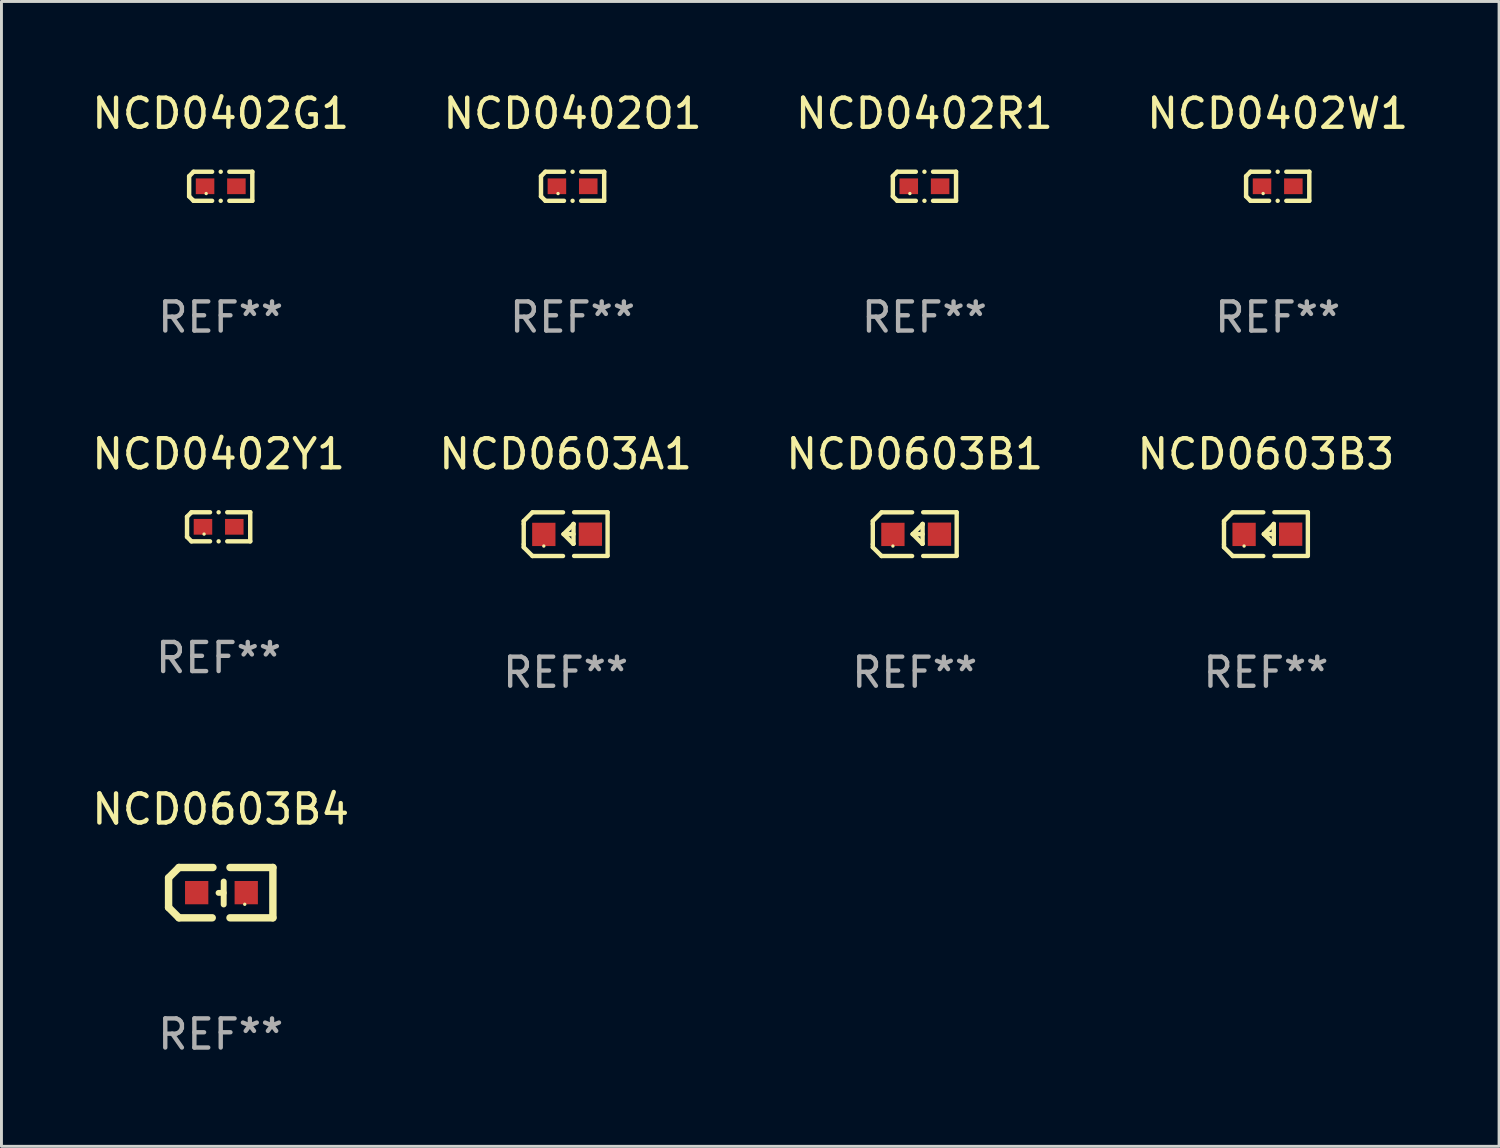
<source format=kicad_pcb>
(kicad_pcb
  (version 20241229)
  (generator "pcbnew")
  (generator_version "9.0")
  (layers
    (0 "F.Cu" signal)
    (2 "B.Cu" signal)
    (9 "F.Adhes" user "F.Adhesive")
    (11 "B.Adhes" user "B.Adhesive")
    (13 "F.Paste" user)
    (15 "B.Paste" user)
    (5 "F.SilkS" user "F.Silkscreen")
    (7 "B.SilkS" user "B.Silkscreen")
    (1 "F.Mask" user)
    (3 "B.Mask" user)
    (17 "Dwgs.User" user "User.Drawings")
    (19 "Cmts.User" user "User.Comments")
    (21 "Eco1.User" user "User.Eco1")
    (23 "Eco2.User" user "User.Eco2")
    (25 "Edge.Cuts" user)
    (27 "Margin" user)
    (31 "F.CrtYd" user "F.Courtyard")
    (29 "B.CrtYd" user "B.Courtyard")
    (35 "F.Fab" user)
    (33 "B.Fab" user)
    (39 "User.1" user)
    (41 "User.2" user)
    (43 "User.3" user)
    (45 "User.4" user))
  (footprint "NCD0402W1"
    (layer "F.Cu")
    (at 40.827 3.347)
    (property "Reference" "NCD0402W1" (at 0 -2.499 0) (layer "F.SilkS") (effects (font (size 1 1) (thickness 0.15))))
    (attr through_hole)
    (fp_line (start -1.085 -0.346) (end -0.933 -0.499) (stroke (width 0.152) (type solid)) (layer "F.SilkS"))
    (fp_line (start -1.085 0.346) (end -1.085 -0.346) (stroke (width 0.152) (type solid)) (layer "F.SilkS"))
    (fp_line (start -0.933 -0.499) (end -0.296 -0.499) (stroke (width 0.152) (type solid)) (layer "F.SilkS"))
    (fp_line (start -0.933 0.499) (end -1.085 0.346) (stroke (width 0.152) (type solid)) (layer "F.SilkS"))
    (fp_line (start -0.296 0.499) (end -0.933 0.499) (stroke (width 0.152) (type solid)) (layer "F.SilkS"))
    (fp_line (start 0.296 0.499) (end 1.085 0.499) (stroke (width 0.152) (type solid)) (layer "F.SilkS"))
    (fp_line (start 1.085 -0.499) (end 0.296 -0.499) (stroke (width 0.152) (type solid)) (layer "F.SilkS"))
    (fp_line (start 1.085 0.499) (end 1.085 -0.499) (stroke (width 0.152) (type solid)) (layer "F.SilkS"))
    (fp_circle (center -0.5 0.25) (end -0.47 0.25) (stroke (width 0.06) (type solid)) (fill no) (layer "F.SilkS"))
    (fp_circle (center 0 -0.499) (end 0.038 -0.499) (stroke (width 0.076) (type solid)) (fill no) (layer "F.SilkS"))
    (fp_circle (center 0 0.499) (end 0.038 0.499) (stroke (width 0.076) (type solid)) (fill no) (layer "F.SilkS"))
    (fp_text user "REF**" (at 0 4.499 0) (layer "F.Fab") (effects (font (size 1 1) (thickness 0.15))))
    (pad "1" smd rect (at -0.538 0) (size 0.636 0.54) (layers "F.Cu" "F.Mask" "F.Paste"))
    (pad "2" smd rect (at 0.538 0) (size 0.636 0.54) (layers "F.Cu" "F.Mask" "F.Paste")))
  (footprint "NCD0402O1"
    (layer "F.Cu")
    (at 16.613 3.347)
    (property "Reference" "NCD0402O1" (at 0 -2.499 0) (layer "F.SilkS") (effects (font (size 1 1) (thickness 0.15))))
    (attr through_hole)
    (fp_line (start -1.085 -0.346) (end -0.933 -0.499) (stroke (width 0.152) (type solid)) (layer "F.SilkS"))
    (fp_line (start -1.085 0.346) (end -1.085 -0.346) (stroke (width 0.152) (type solid)) (layer "F.SilkS"))
    (fp_line (start -0.933 -0.499) (end -0.296 -0.499) (stroke (width 0.152) (type solid)) (layer "F.SilkS"))
    (fp_line (start -0.933 0.499) (end -1.085 0.346) (stroke (width 0.152) (type solid)) (layer "F.SilkS"))
    (fp_line (start -0.296 0.499) (end -0.933 0.499) (stroke (width 0.152) (type solid)) (layer "F.SilkS"))
    (fp_line (start 0.296 0.499) (end 1.085 0.499) (stroke (width 0.152) (type solid)) (layer "F.SilkS"))
    (fp_line (start 1.085 -0.499) (end 0.296 -0.499) (stroke (width 0.152) (type solid)) (layer "F.SilkS"))
    (fp_line (start 1.085 0.499) (end 1.085 -0.499) (stroke (width 0.152) (type solid)) (layer "F.SilkS"))
    (fp_circle (center -0.5 0.25) (end -0.47 0.25) (stroke (width 0.06) (type solid)) (fill no) (layer "F.SilkS"))
    (fp_circle (center 0 -0.499) (end 0.038 -0.499) (stroke (width 0.076) (type solid)) (fill no) (layer "F.SilkS"))
    (fp_circle (center 0 0.499) (end 0.038 0.499) (stroke (width 0.076) (type solid)) (fill no) (layer "F.SilkS"))
    (fp_text user "REF**" (at 0 4.499 0) (layer "F.Fab") (effects (font (size 1 1) (thickness 0.15))))
    (pad "1" smd rect (at -0.538 0) (size 0.636 0.54) (layers "F.Cu" "F.Mask" "F.Paste"))
    (pad "2" smd rect (at 0.538 0) (size 0.636 0.54) (layers "F.Cu" "F.Mask" "F.Paste")))
  (footprint "NCD0603B4"
    (layer "F.Cu")
    (at 4.53 27.604)
    (property "Reference" "NCD0603B4" (at 0 -2.864 0) (layer "F.SilkS") (effects (font (size 1 1) (thickness 0.15))))
    (attr through_hole)
    (fp_line (start -1.791 -0.508) (end -1.435 -0.864) (stroke (width 0.254) (type solid)) (layer "F.SilkS"))
    (fp_line (start -1.791 0.508) (end -1.791 -0.508) (stroke (width 0.254) (type solid)) (layer "F.SilkS"))
    (fp_line (start -1.435 0.864) (end -1.791 0.508) (stroke (width 0.254) (type solid)) (layer "F.SilkS"))
    (fp_line (start -0.292 0.864) (end -1.435 0.864) (stroke (width 0.254) (type solid)) (layer "F.SilkS"))
    (fp_line (start -0.267 -0.864) (end -1.435 -0.864) (stroke (width 0.254) (type solid)) (layer "F.SilkS"))
    (fp_line (start 0.102 0.008) (end -0.074 0.008) (stroke (width 0.203) (type solid)) (layer "F.SilkS"))
    (fp_line (start 0.102 0.406) (end 0.102 -0.381) (stroke (width 0.203) (type solid)) (layer "F.SilkS"))
    (fp_line (start 1.791 -0.864) (end 0.318 -0.864) (stroke (width 0.254) (type solid)) (layer "F.SilkS"))
    (fp_line (start 1.791 0.864) (end 0.318 0.864) (stroke (width 0.254) (type solid)) (layer "F.SilkS"))
    (fp_line (start 1.791 0.864) (end 1.791 -0.864) (stroke (width 0.254) (type solid)) (layer "F.SilkS"))
    (fp_circle (center 0.825 0.4) (end 0.855 0.4) (stroke (width 0.06) (type solid)) (fill no) (layer "F.SilkS"))
    (fp_text user "REF**" (at 0 4.864 0) (layer "F.Fab") (effects (font (size 1 1) (thickness 0.15))))
    (pad "1" smd rect (at 0.876 0 90) (size 0.8 0.8) (layers "F.Cu" "F.Mask" "F.Paste"))
    (pad "2" smd rect (at -0.826 0 90) (size 0.8 0.8) (layers "F.Cu" "F.Mask" "F.Paste")))
  (footprint "NCD0603A1"
    (layer "F.Cu")
    (at 16.375 15.293)
    (property "Reference" "NCD0603A1" (at 0 -2.751 0) (layer "F.SilkS") (effects (font (size 1 1) (thickness 0.15))))
    (attr through_hole)
    (fp_line (start -1.44 -0.449) (end -1.14 -0.749) (stroke (width 0.15) (type solid)) (layer "F.SilkS"))
    (fp_line (start -1.44 -0.349) (end -1.44 -0.449) (stroke (width 0.15) (type solid)) (layer "F.SilkS"))
    (fp_line (start -1.44 -0.349) (end -1.44 0.351) (stroke (width 0.15) (type solid)) (layer "F.SilkS"))
    (fp_line (start -1.44 0.351) (end -1.44 0.451) (stroke (width 0.15) (type solid)) (layer "F.SilkS"))
    (fp_line (start -1.44 0.451) (end -1.14 0.751) (stroke (width 0.15) (type solid)) (layer "F.SilkS"))
    (fp_line (start -0.09 -0.749) (end -1.14 -0.749) (stroke (width 0.15) (type solid)) (layer "F.SilkS"))
    (fp_line (start -0.09 0.751) (end -1.14 0.751) (stroke (width 0.15) (type solid)) (layer "F.SilkS"))
    (fp_line (start 0.26 0.329) (end -0.07 -0.001) (stroke (width 0.15) (type solid)) (layer "F.SilkS"))
    (fp_line (start 0.27 -0.351) (end 0.27 -0.341) (stroke (width 0.15) (type solid)) (layer "F.SilkS"))
    (fp_line (start 0.27 -0.351) (end 0.27 0.329) (stroke (width 0.15) (type solid)) (layer "F.SilkS"))
    (fp_line (start 0.27 -0.341) (end -0.07 -0.001) (stroke (width 0.15) (type solid)) (layer "F.SilkS"))
    (fp_line (start 0.27 -0.001) (end -0.07 -0.001) (stroke (width 0.15) (type solid)) (layer "F.SilkS"))
    (fp_line (start 0.27 0.329) (end 0.26 0.329) (stroke (width 0.15) (type solid)) (layer "F.SilkS"))
    (fp_line (start 0.29 -0.751) (end 1.44 -0.751) (stroke (width 0.15) (type solid)) (layer "F.SilkS"))
    (fp_line (start 0.29 0.749) (end 1.44 0.749) (stroke (width 0.15) (type solid)) (layer "F.SilkS"))
    (fp_line (start 1.44 -0.751) (end 1.44 0.729) (stroke (width 0.15) (type solid)) (layer "F.SilkS"))
    (fp_circle (center -0.75 0.409) (end -0.72 0.409) (stroke (width 0.06) (type solid)) (fill no) (layer "F.SilkS"))
    (fp_text user "REF**" (at 0 4.751 0) (layer "F.Fab") (effects (font (size 1 1) (thickness 0.15))))
    (pad "1" smd rect (at -0.75 0.009 90) (size 0.8 0.8) (layers "F.Cu" "F.Mask" "F.Paste"))
    (pad "2" smd rect (at 0.849 0.002 90) (size 0.8 0.8) (layers "F.Cu" "F.Mask" "F.Paste")))
  (footprint "NCD0402Y1"
    (layer "F.Cu")
    (at 4.458 15.041)
    (property "Reference" "NCD0402Y1" (at 0 -2.499 0) (layer "F.SilkS") (effects (font (size 1 1) (thickness 0.15))))
    (attr through_hole)
    (fp_line (start -1.085 -0.346) (end -0.933 -0.499) (stroke (width 0.152) (type solid)) (layer "F.SilkS"))
    (fp_line (start -1.085 0.346) (end -1.085 -0.346) (stroke (width 0.152) (type solid)) (layer "F.SilkS"))
    (fp_line (start -0.933 -0.499) (end -0.296 -0.499) (stroke (width 0.152) (type solid)) (layer "F.SilkS"))
    (fp_line (start -0.933 0.499) (end -1.085 0.346) (stroke (width 0.152) (type solid)) (layer "F.SilkS"))
    (fp_line (start -0.296 0.499) (end -0.933 0.499) (stroke (width 0.152) (type solid)) (layer "F.SilkS"))
    (fp_line (start 0.296 0.499) (end 1.085 0.499) (stroke (width 0.152) (type solid)) (layer "F.SilkS"))
    (fp_line (start 1.085 -0.499) (end 0.296 -0.499) (stroke (width 0.152) (type solid)) (layer "F.SilkS"))
    (fp_line (start 1.085 0.499) (end 1.085 -0.499) (stroke (width 0.152) (type solid)) (layer "F.SilkS"))
    (fp_circle (center -0.5 0.25) (end -0.47 0.25) (stroke (width 0.06) (type solid)) (fill no) (layer "F.SilkS"))
    (fp_circle (center 0 -0.499) (end 0.038 -0.499) (stroke (width 0.076) (type solid)) (fill no) (layer "F.SilkS"))
    (fp_circle (center 0 0.499) (end 0.038 0.499) (stroke (width 0.076) (type solid)) (fill no) (layer "F.SilkS"))
    (fp_text user "REF**" (at 0 4.499 0) (layer "F.Fab") (effects (font (size 1 1) (thickness 0.15))))
    (pad "1" smd rect (at -0.538 0) (size 0.636 0.54) (layers "F.Cu" "F.Mask" "F.Paste"))
    (pad "2" smd rect (at 0.538 0) (size 0.636 0.54) (layers "F.Cu" "F.Mask" "F.Paste")))
  (footprint "NCD0402R1"
    (layer "F.Cu")
    (at 28.696 3.347)
    (property "Reference" "NCD0402R1" (at 0 -2.499 0) (layer "F.SilkS") (effects (font (size 1 1) (thickness 0.15))))
    (attr through_hole)
    (fp_line (start -1.085 -0.346) (end -0.933 -0.499) (stroke (width 0.152) (type solid)) (layer "F.SilkS"))
    (fp_line (start -1.085 0.346) (end -1.085 -0.346) (stroke (width 0.152) (type solid)) (layer "F.SilkS"))
    (fp_line (start -0.933 -0.499) (end -0.296 -0.499) (stroke (width 0.152) (type solid)) (layer "F.SilkS"))
    (fp_line (start -0.933 0.499) (end -1.085 0.346) (stroke (width 0.152) (type solid)) (layer "F.SilkS"))
    (fp_line (start -0.296 0.499) (end -0.933 0.499) (stroke (width 0.152) (type solid)) (layer "F.SilkS"))
    (fp_line (start 0.296 0.499) (end 1.085 0.499) (stroke (width 0.152) (type solid)) (layer "F.SilkS"))
    (fp_line (start 1.085 -0.499) (end 0.296 -0.499) (stroke (width 0.152) (type solid)) (layer "F.SilkS"))
    (fp_line (start 1.085 0.499) (end 1.085 -0.499) (stroke (width 0.152) (type solid)) (layer "F.SilkS"))
    (fp_circle (center -0.5 0.25) (end -0.47 0.25) (stroke (width 0.06) (type solid)) (fill no) (layer "F.SilkS"))
    (fp_circle (center 0 -0.499) (end 0.038 -0.499) (stroke (width 0.076) (type solid)) (fill no) (layer "F.SilkS"))
    (fp_circle (center 0 0.499) (end 0.038 0.499) (stroke (width 0.076) (type solid)) (fill no) (layer "F.SilkS"))
    (fp_text user "REF**" (at 0 4.499 0) (layer "F.Fab") (effects (font (size 1 1) (thickness 0.15))))
    (pad "1" smd rect (at -0.538 0) (size 0.636 0.54) (layers "F.Cu" "F.Mask" "F.Paste"))
    (pad "2" smd rect (at 0.538 0) (size 0.636 0.54) (layers "F.Cu" "F.Mask" "F.Paste")))
  (footprint "NCD0603B1"
    (layer "F.Cu")
    (at 28.363 15.293)
    (property "Reference" "NCD0603B1" (at 0 -2.751 0) (layer "F.SilkS") (effects (font (size 1 1) (thickness 0.15))))
    (attr through_hole)
    (fp_line (start -1.44 -0.449) (end -1.14 -0.749) (stroke (width 0.15) (type solid)) (layer "F.SilkS"))
    (fp_line (start -1.44 -0.349) (end -1.44 -0.449) (stroke (width 0.15) (type solid)) (layer "F.SilkS"))
    (fp_line (start -1.44 -0.349) (end -1.44 0.351) (stroke (width 0.15) (type solid)) (layer "F.SilkS"))
    (fp_line (start -1.44 0.351) (end -1.44 0.451) (stroke (width 0.15) (type solid)) (layer "F.SilkS"))
    (fp_line (start -1.44 0.451) (end -1.14 0.751) (stroke (width 0.15) (type solid)) (layer "F.SilkS"))
    (fp_line (start -0.09 -0.749) (end -1.14 -0.749) (stroke (width 0.15) (type solid)) (layer "F.SilkS"))
    (fp_line (start -0.09 0.751) (end -1.14 0.751) (stroke (width 0.15) (type solid)) (layer "F.SilkS"))
    (fp_line (start 0.26 0.329) (end -0.07 -0.001) (stroke (width 0.15) (type solid)) (layer "F.SilkS"))
    (fp_line (start 0.27 -0.351) (end 0.27 -0.341) (stroke (width 0.15) (type solid)) (layer "F.SilkS"))
    (fp_line (start 0.27 -0.351) (end 0.27 0.329) (stroke (width 0.15) (type solid)) (layer "F.SilkS"))
    (fp_line (start 0.27 -0.341) (end -0.07 -0.001) (stroke (width 0.15) (type solid)) (layer "F.SilkS"))
    (fp_line (start 0.27 -0.001) (end -0.07 -0.001) (stroke (width 0.15) (type solid)) (layer "F.SilkS"))
    (fp_line (start 0.27 0.329) (end 0.26 0.329) (stroke (width 0.15) (type solid)) (layer "F.SilkS"))
    (fp_line (start 0.29 -0.751) (end 1.44 -0.751) (stroke (width 0.15) (type solid)) (layer "F.SilkS"))
    (fp_line (start 0.29 0.749) (end 1.44 0.749) (stroke (width 0.15) (type solid)) (layer "F.SilkS"))
    (fp_line (start 1.44 -0.751) (end 1.44 0.729) (stroke (width 0.15) (type solid)) (layer "F.SilkS"))
    (fp_circle (center -0.75 0.409) (end -0.72 0.409) (stroke (width 0.06) (type solid)) (fill no) (layer "F.SilkS"))
    (fp_text user "REF**" (at 0 4.751 0) (layer "F.Fab") (effects (font (size 1 1) (thickness 0.15))))
    (pad "1" smd rect (at -0.75 0.009 90) (size 0.8 0.8) (layers "F.Cu" "F.Mask" "F.Paste"))
    (pad "2" smd rect (at 0.849 0.002 90) (size 0.8 0.8) (layers "F.Cu" "F.Mask" "F.Paste")))
  (footprint "NCD0402G1"
    (layer "F.Cu")
    (at 4.53 3.347)
    (property "Reference" "NCD0402G1" (at 0 -2.499 0) (layer "F.SilkS") (effects (font (size 1 1) (thickness 0.15))))
    (attr through_hole)
    (fp_line (start -1.085 -0.346) (end -0.933 -0.499) (stroke (width 0.152) (type solid)) (layer "F.SilkS"))
    (fp_line (start -1.085 0.346) (end -1.085 -0.346) (stroke (width 0.152) (type solid)) (layer "F.SilkS"))
    (fp_line (start -0.933 -0.499) (end -0.296 -0.499) (stroke (width 0.152) (type solid)) (layer "F.SilkS"))
    (fp_line (start -0.933 0.499) (end -1.085 0.346) (stroke (width 0.152) (type solid)) (layer "F.SilkS"))
    (fp_line (start -0.296 0.499) (end -0.933 0.499) (stroke (width 0.152) (type solid)) (layer "F.SilkS"))
    (fp_line (start 0.296 0.499) (end 1.085 0.499) (stroke (width 0.152) (type solid)) (layer "F.SilkS"))
    (fp_line (start 1.085 -0.499) (end 0.296 -0.499) (stroke (width 0.152) (type solid)) (layer "F.SilkS"))
    (fp_line (start 1.085 0.499) (end 1.085 -0.499) (stroke (width 0.152) (type solid)) (layer "F.SilkS"))
    (fp_circle (center -0.5 0.25) (end -0.47 0.25) (stroke (width 0.06) (type solid)) (fill no) (layer "F.SilkS"))
    (fp_circle (center 0 -0.499) (end 0.038 -0.499) (stroke (width 0.076) (type solid)) (fill no) (layer "F.SilkS"))
    (fp_circle (center 0 0.499) (end 0.038 0.499) (stroke (width 0.076) (type solid)) (fill no) (layer "F.SilkS"))
    (fp_text user "REF**" (at 0 4.499 0) (layer "F.Fab") (effects (font (size 1 1) (thickness 0.15))))
    (pad "1" smd rect (at -0.538 0) (size 0.636 0.54) (layers "F.Cu" "F.Mask" "F.Paste"))
    (pad "2" smd rect (at 0.538 0) (size 0.636 0.54) (layers "F.Cu" "F.Mask" "F.Paste")))
  (footprint "NCD0603B3"
    (layer "F.Cu")
    (at 40.423 15.293)
    (property "Reference" "NCD0603B3" (at 0 -2.751 0) (layer "F.SilkS") (effects (font (size 1 1) (thickness 0.15))))
    (attr through_hole)
    (fp_line (start -1.44 -0.449) (end -1.14 -0.749) (stroke (width 0.15) (type solid)) (layer "F.SilkS"))
    (fp_line (start -1.44 -0.349) (end -1.44 -0.449) (stroke (width 0.15) (type solid)) (layer "F.SilkS"))
    (fp_line (start -1.44 -0.349) (end -1.44 0.351) (stroke (width 0.15) (type solid)) (layer "F.SilkS"))
    (fp_line (start -1.44 0.351) (end -1.44 0.451) (stroke (width 0.15) (type solid)) (layer "F.SilkS"))
    (fp_line (start -1.44 0.451) (end -1.14 0.751) (stroke (width 0.15) (type solid)) (layer "F.SilkS"))
    (fp_line (start -0.09 -0.749) (end -1.14 -0.749) (stroke (width 0.15) (type solid)) (layer "F.SilkS"))
    (fp_line (start -0.09 0.751) (end -1.14 0.751) (stroke (width 0.15) (type solid)) (layer "F.SilkS"))
    (fp_line (start 0.26 0.329) (end -0.07 -0.001) (stroke (width 0.15) (type solid)) (layer "F.SilkS"))
    (fp_line (start 0.27 -0.351) (end 0.27 -0.341) (stroke (width 0.15) (type solid)) (layer "F.SilkS"))
    (fp_line (start 0.27 -0.351) (end 0.27 0.329) (stroke (width 0.15) (type solid)) (layer "F.SilkS"))
    (fp_line (start 0.27 -0.341) (end -0.07 -0.001) (stroke (width 0.15) (type solid)) (layer "F.SilkS"))
    (fp_line (start 0.27 -0.001) (end -0.07 -0.001) (stroke (width 0.15) (type solid)) (layer "F.SilkS"))
    (fp_line (start 0.27 0.329) (end 0.26 0.329) (stroke (width 0.15) (type solid)) (layer "F.SilkS"))
    (fp_line (start 0.29 -0.751) (end 1.44 -0.751) (stroke (width 0.15) (type solid)) (layer "F.SilkS"))
    (fp_line (start 0.29 0.749) (end 1.44 0.749) (stroke (width 0.15) (type solid)) (layer "F.SilkS"))
    (fp_line (start 1.44 -0.751) (end 1.44 0.729) (stroke (width 0.15) (type solid)) (layer "F.SilkS"))
    (fp_circle (center -0.75 0.409) (end -0.72 0.409) (stroke (width 0.06) (type solid)) (fill no) (layer "F.SilkS"))
    (fp_text user "REF**" (at 0 4.751 0) (layer "F.Fab") (effects (font (size 1 1) (thickness 0.15))))
    (pad "1" smd rect (at -0.75 0.009 90) (size 0.8 0.8) (layers "F.Cu" "F.Mask" "F.Paste"))
    (pad "2" smd rect (at 0.849 0.002 90) (size 0.8 0.8) (layers "F.Cu" "F.Mask" "F.Paste")))
  (gr_rect
    (start -3 -3)
    (end 48.429 36.316)
    (stroke (width 0.1) (type default))
    (fill no)
    (layer "Edge.Cuts")))
</source>
